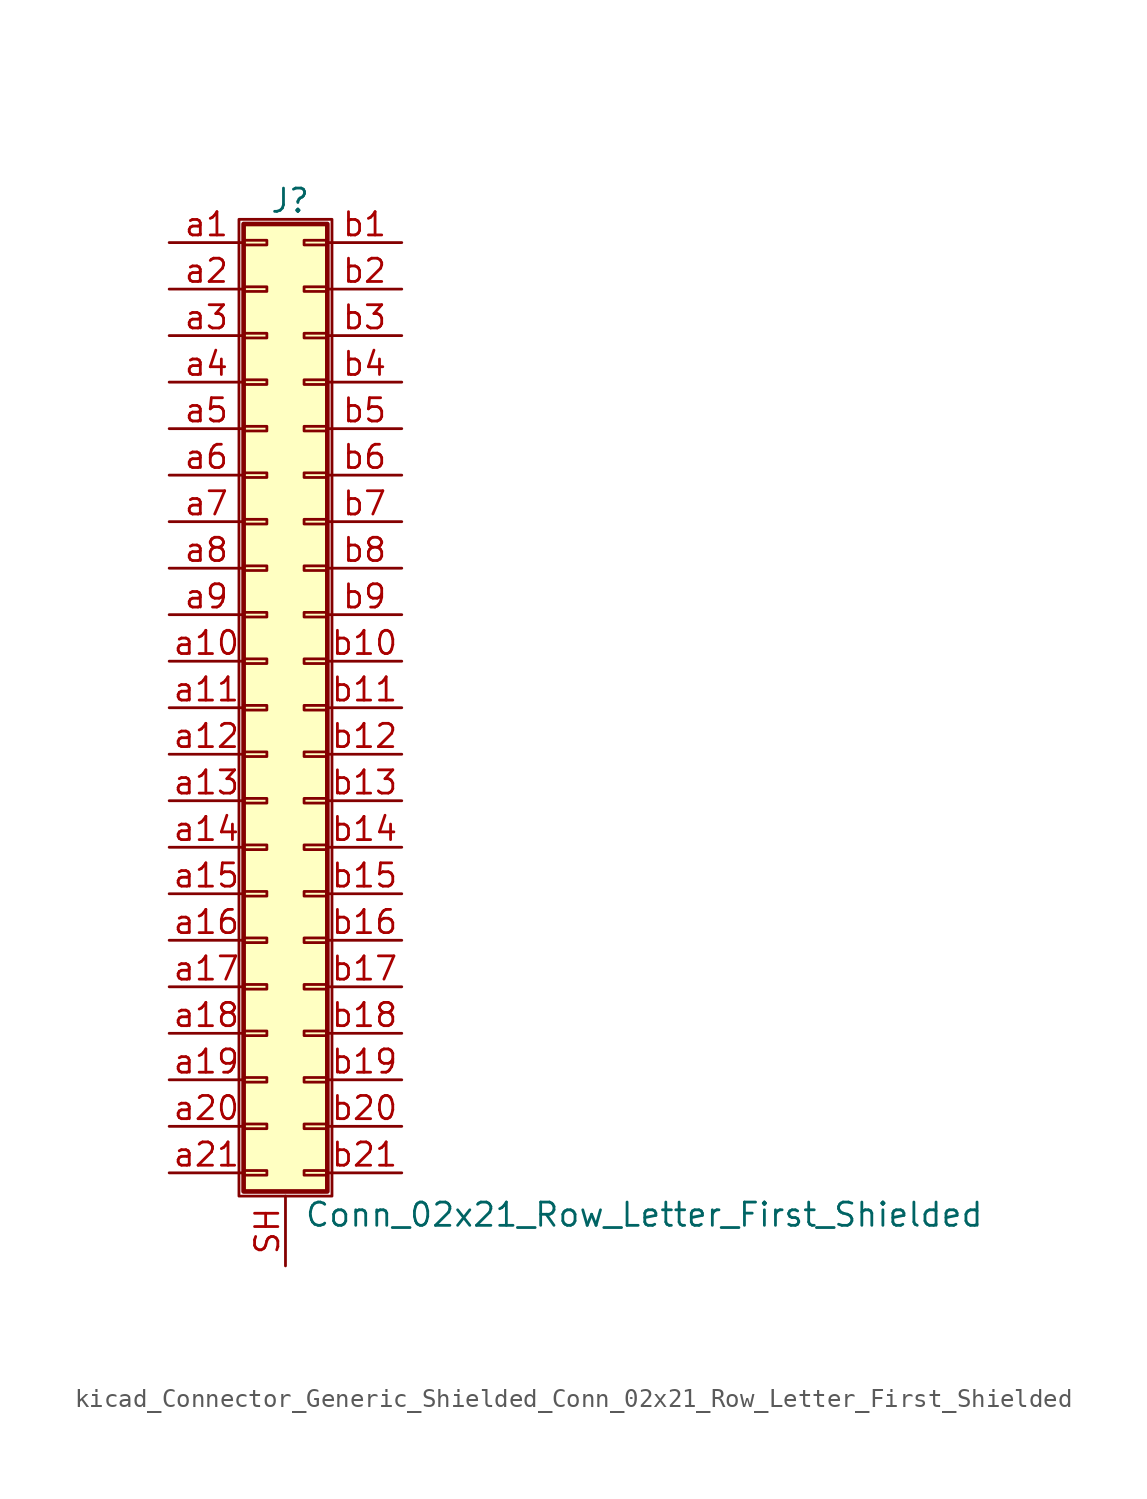
<source format=kicad_sym>
(kicad_symbol_lib
  (version 20220914)
  (generator kicad_symbol_editor)
  (symbol "kicad_Connector_Generic_Shielded_Conn_02x21_Row_Letter_First_Shielded"
    (pin_names
      (offset 1.016) hide)
    (property "Reference" "J"
      (at 1.524 27.686 0)
      (effects (font (size 1.27 1.27))))
    (property "Value" "Conn_02x21_Row_Letter_First_Shielded"
      (at 2.286 -27.686 0)
      (effects (font (size 1.27 1.27)) (justify left)))
    (symbol "kicad_Connector_Generic_Shielded_Conn_02x21_Row_Letter_First_Shielded_1_1"
      (rectangle (start -1.27 26.67) (end 3.81 -26.67) (stroke (width 0.152) (type default)) (fill (type none)))
      (rectangle (start -1.016 -25.273) (end 0.254 -25.527) (stroke (width 0.152) (type default)) (fill (type none)))
      (rectangle (start -1.016 -22.733) (end 0.254 -22.987) (stroke (width 0.152) (type default)) (fill (type none)))
      (rectangle (start -1.016 -20.193) (end 0.254 -20.447) (stroke (width 0.152) (type default)) (fill (type none)))
      (rectangle (start -1.016 -17.653) (end 0.254 -17.907) (stroke (width 0.152) (type default)) (fill (type none)))
      (rectangle (start -1.016 -15.113) (end 0.254 -15.367) (stroke (width 0.152) (type default)) (fill (type none)))
      (rectangle (start -1.016 -12.573) (end 0.254 -12.827) (stroke (width 0.152) (type default)) (fill (type none)))
      (rectangle (start -1.016 -10.033) (end 0.254 -10.287) (stroke (width 0.152) (type default)) (fill (type none)))
      (rectangle (start -1.016 -7.493) (end 0.254 -7.747) (stroke (width 0.152) (type default)) (fill (type none)))
      (rectangle (start -1.016 -4.953) (end 0.254 -5.207) (stroke (width 0.152) (type default)) (fill (type none)))
      (rectangle (start -1.016 -2.413) (end 0.254 -2.667) (stroke (width 0.152) (type default)) (fill (type none)))
      (rectangle (start -1.016 0.127) (end 0.254 -0.127) (stroke (width 0.152) (type default)) (fill (type none)))
      (rectangle (start -1.016 2.667) (end 0.254 2.413) (stroke (width 0.152) (type default)) (fill (type none)))
      (rectangle (start -1.016 5.207) (end 0.254 4.953) (stroke (width 0.152) (type default)) (fill (type none)))
      (rectangle (start -1.016 7.747) (end 0.254 7.493) (stroke (width 0.152) (type default)) (fill (type none)))
      (rectangle (start -1.016 10.287) (end 0.254 10.033) (stroke (width 0.152) (type default)) (fill (type none)))
      (rectangle (start -1.016 12.827) (end 0.254 12.573) (stroke (width 0.152) (type default)) (fill (type none)))
      (rectangle (start -1.016 15.367) (end 0.254 15.113) (stroke (width 0.152) (type default)) (fill (type none)))
      (rectangle (start -1.016 17.907) (end 0.254 17.653) (stroke (width 0.152) (type default)) (fill (type none)))
      (rectangle (start -1.016 20.447) (end 0.254 20.193) (stroke (width 0.152) (type default)) (fill (type none)))
      (rectangle (start -1.016 22.987) (end 0.254 22.733) (stroke (width 0.152) (type default)) (fill (type none)))
      (rectangle (start -1.016 25.527) (end 0.254 25.273) (stroke (width 0.152) (type default)) (fill (type none)))
      (rectangle (start -1.016 26.416) (end 3.556 -26.416) (stroke (width 0.254) (type default)) (fill (type background)))
      (rectangle (start 3.556 -25.273) (end 2.286 -25.527) (stroke (width 0.152) (type default)) (fill (type none)))
      (rectangle (start 3.556 -22.733) (end 2.286 -22.987) (stroke (width 0.152) (type default)) (fill (type none)))
      (rectangle (start 3.556 -20.193) (end 2.286 -20.447) (stroke (width 0.152) (type default)) (fill (type none)))
      (rectangle (start 3.556 -17.653) (end 2.286 -17.907) (stroke (width 0.152) (type default)) (fill (type none)))
      (rectangle (start 3.556 -15.113) (end 2.286 -15.367) (stroke (width 0.152) (type default)) (fill (type none)))
      (rectangle (start 3.556 -12.573) (end 2.286 -12.827) (stroke (width 0.152) (type default)) (fill (type none)))
      (rectangle (start 3.556 -10.033) (end 2.286 -10.287) (stroke (width 0.152) (type default)) (fill (type none)))
      (rectangle (start 3.556 -7.493) (end 2.286 -7.747) (stroke (width 0.152) (type default)) (fill (type none)))
      (rectangle (start 3.556 -4.953) (end 2.286 -5.207) (stroke (width 0.152) (type default)) (fill (type none)))
      (rectangle (start 3.556 -2.413) (end 2.286 -2.667) (stroke (width 0.152) (type default)) (fill (type none)))
      (rectangle (start 3.556 0.127) (end 2.286 -0.127) (stroke (width 0.152) (type default)) (fill (type none)))
      (rectangle (start 3.556 2.667) (end 2.286 2.413) (stroke (width 0.152) (type default)) (fill (type none)))
      (rectangle (start 3.556 5.207) (end 2.286 4.953) (stroke (width 0.152) (type default)) (fill (type none)))
      (rectangle (start 3.556 7.747) (end 2.286 7.493) (stroke (width 0.152) (type default)) (fill (type none)))
      (rectangle (start 3.556 10.287) (end 2.286 10.033) (stroke (width 0.152) (type default)) (fill (type none)))
      (rectangle (start 3.556 12.827) (end 2.286 12.573) (stroke (width 0.152) (type default)) (fill (type none)))
      (rectangle (start 3.556 15.367) (end 2.286 15.113) (stroke (width 0.152) (type default)) (fill (type none)))
      (rectangle (start 3.556 17.907) (end 2.286 17.653) (stroke (width 0.152) (type default)) (fill (type none)))
      (rectangle (start 3.556 20.447) (end 2.286 20.193) (stroke (width 0.152) (type default)) (fill (type none)))
      (rectangle (start 3.556 22.987) (end 2.286 22.733) (stroke (width 0.152) (type default)) (fill (type none)))
      (rectangle (start 3.556 25.527) (end 2.286 25.273) (stroke (width 0.152) (type default)) (fill (type none)))
      (pin passive line (at 1.27 -30.48 90) (length 3.81) (name "Shield" (effects (font (size 1.27 1.27)))) (number "SH" (effects (font (size 1.27 1.27)))))
      (pin passive line (at -5.08 25.4 0) (length 4.064) (name "Pin_a1" (effects (font (size 1.27 1.27)))) (number "a1" (effects (font (size 1.27 1.27)))))
      (pin passive line (at -5.08 2.54 0) (length 4.064) (name "Pin_a10" (effects (font (size 1.27 1.27)))) (number "a10" (effects (font (size 1.27 1.27)))))
      (pin passive line (at -5.08 0 0) (length 4.064) (name "Pin_a11" (effects (font (size 1.27 1.27)))) (number "a11" (effects (font (size 1.27 1.27)))))
      (pin passive line (at -5.08 -2.54 0) (length 4.064) (name "Pin_a12" (effects (font (size 1.27 1.27)))) (number "a12" (effects (font (size 1.27 1.27)))))
      (pin passive line (at -5.08 -5.08 0) (length 4.064) (name "Pin_a13" (effects (font (size 1.27 1.27)))) (number "a13" (effects (font (size 1.27 1.27)))))
      (pin passive line (at -5.08 -7.62 0) (length 4.064) (name "Pin_a14" (effects (font (size 1.27 1.27)))) (number "a14" (effects (font (size 1.27 1.27)))))
      (pin passive line (at -5.08 -10.16 0) (length 4.064) (name "Pin_a15" (effects (font (size 1.27 1.27)))) (number "a15" (effects (font (size 1.27 1.27)))))
      (pin passive line (at -5.08 -12.7 0) (length 4.064) (name "Pin_a16" (effects (font (size 1.27 1.27)))) (number "a16" (effects (font (size 1.27 1.27)))))
      (pin passive line (at -5.08 -15.24 0) (length 4.064) (name "Pin_a17" (effects (font (size 1.27 1.27)))) (number "a17" (effects (font (size 1.27 1.27)))))
      (pin passive line (at -5.08 -17.78 0) (length 4.064) (name "Pin_a18" (effects (font (size 1.27 1.27)))) (number "a18" (effects (font (size 1.27 1.27)))))
      (pin passive line (at -5.08 -20.32 0) (length 4.064) (name "Pin_a19" (effects (font (size 1.27 1.27)))) (number "a19" (effects (font (size 1.27 1.27)))))
      (pin passive line (at -5.08 22.86 0) (length 4.064) (name "Pin_a2" (effects (font (size 1.27 1.27)))) (number "a2" (effects (font (size 1.27 1.27)))))
      (pin passive line (at -5.08 -22.86 0) (length 4.064) (name "Pin_a20" (effects (font (size 1.27 1.27)))) (number "a20" (effects (font (size 1.27 1.27)))))
      (pin passive line (at -5.08 -25.4 0) (length 4.064) (name "Pin_a21" (effects (font (size 1.27 1.27)))) (number "a21" (effects (font (size 1.27 1.27)))))
      (pin passive line (at -5.08 20.32 0) (length 4.064) (name "Pin_a3" (effects (font (size 1.27 1.27)))) (number "a3" (effects (font (size 1.27 1.27)))))
      (pin passive line (at -5.08 17.78 0) (length 4.064) (name "Pin_a4" (effects (font (size 1.27 1.27)))) (number "a4" (effects (font (size 1.27 1.27)))))
      (pin passive line (at -5.08 15.24 0) (length 4.064) (name "Pin_a5" (effects (font (size 1.27 1.27)))) (number "a5" (effects (font (size 1.27 1.27)))))
      (pin passive line (at -5.08 12.7 0) (length 4.064) (name "Pin_a6" (effects (font (size 1.27 1.27)))) (number "a6" (effects (font (size 1.27 1.27)))))
      (pin passive line (at -5.08 10.16 0) (length 4.064) (name "Pin_a7" (effects (font (size 1.27 1.27)))) (number "a7" (effects (font (size 1.27 1.27)))))
      (pin passive line (at -5.08 7.62 0) (length 4.064) (name "Pin_a8" (effects (font (size 1.27 1.27)))) (number "a8" (effects (font (size 1.27 1.27)))))
      (pin passive line (at -5.08 5.08 0) (length 4.064) (name "Pin_a9" (effects (font (size 1.27 1.27)))) (number "a9" (effects (font (size 1.27 1.27)))))
      (pin passive line (at 7.62 25.4 180) (length 4.064) (name "Pin_b1" (effects (font (size 1.27 1.27)))) (number "b1" (effects (font (size 1.27 1.27)))))
      (pin passive line (at 7.62 2.54 180) (length 4.064) (name "Pin_b10" (effects (font (size 1.27 1.27)))) (number "b10" (effects (font (size 1.27 1.27)))))
      (pin passive line (at 7.62 0 180) (length 4.064) (name "Pin_b11" (effects (font (size 1.27 1.27)))) (number "b11" (effects (font (size 1.27 1.27)))))
      (pin passive line (at 7.62 -2.54 180) (length 4.064) (name "Pin_b12" (effects (font (size 1.27 1.27)))) (number "b12" (effects (font (size 1.27 1.27)))))
      (pin passive line (at 7.62 -5.08 180) (length 4.064) (name "Pin_b13" (effects (font (size 1.27 1.27)))) (number "b13" (effects (font (size 1.27 1.27)))))
      (pin passive line (at 7.62 -7.62 180) (length 4.064) (name "Pin_b14" (effects (font (size 1.27 1.27)))) (number "b14" (effects (font (size 1.27 1.27)))))
      (pin passive line (at 7.62 -10.16 180) (length 4.064) (name "Pin_b15" (effects (font (size 1.27 1.27)))) (number "b15" (effects (font (size 1.27 1.27)))))
      (pin passive line (at 7.62 -12.7 180) (length 4.064) (name "Pin_b16" (effects (font (size 1.27 1.27)))) (number "b16" (effects (font (size 1.27 1.27)))))
      (pin passive line (at 7.62 -15.24 180) (length 4.064) (name "Pin_b17" (effects (font (size 1.27 1.27)))) (number "b17" (effects (font (size 1.27 1.27)))))
      (pin passive line (at 7.62 -17.78 180) (length 4.064) (name "Pin_b18" (effects (font (size 1.27 1.27)))) (number "b18" (effects (font (size 1.27 1.27)))))
      (pin passive line (at 7.62 -20.32 180) (length 4.064) (name "Pin_b19" (effects (font (size 1.27 1.27)))) (number "b19" (effects (font (size 1.27 1.27)))))
      (pin passive line (at 7.62 22.86 180) (length 4.064) (name "Pin_b2" (effects (font (size 1.27 1.27)))) (number "b2" (effects (font (size 1.27 1.27)))))
      (pin passive line (at 7.62 -22.86 180) (length 4.064) (name "Pin_b20" (effects (font (size 1.27 1.27)))) (number "b20" (effects (font (size 1.27 1.27)))))
      (pin passive line (at 7.62 -25.4 180) (length 4.064) (name "Pin_b21" (effects (font (size 1.27 1.27)))) (number "b21" (effects (font (size 1.27 1.27)))))
      (pin passive line (at 7.62 20.32 180) (length 4.064) (name "Pin_b3" (effects (font (size 1.27 1.27)))) (number "b3" (effects (font (size 1.27 1.27)))))
      (pin passive line (at 7.62 17.78 180) (length 4.064) (name "Pin_b4" (effects (font (size 1.27 1.27)))) (number "b4" (effects (font (size 1.27 1.27)))))
      (pin passive line (at 7.62 15.24 180) (length 4.064) (name "Pin_b5" (effects (font (size 1.27 1.27)))) (number "b5" (effects (font (size 1.27 1.27)))))
      (pin passive line (at 7.62 12.7 180) (length 4.064) (name "Pin_b6" (effects (font (size 1.27 1.27)))) (number "b6" (effects (font (size 1.27 1.27)))))
      (pin passive line (at 7.62 10.16 180) (length 4.064) (name "Pin_b7" (effects (font (size 1.27 1.27)))) (number "b7" (effects (font (size 1.27 1.27)))))
      (pin passive line (at 7.62 7.62 180) (length 4.064) (name "Pin_b8" (effects (font (size 1.27 1.27)))) (number "b8" (effects (font (size 1.27 1.27)))))
      (pin passive line (at 7.62 5.08 180) (length 4.064) (name "Pin_b9" (effects (font (size 1.27 1.27)))) (number "b9" (effects (font (size 1.27 1.27))))))))
</source>
